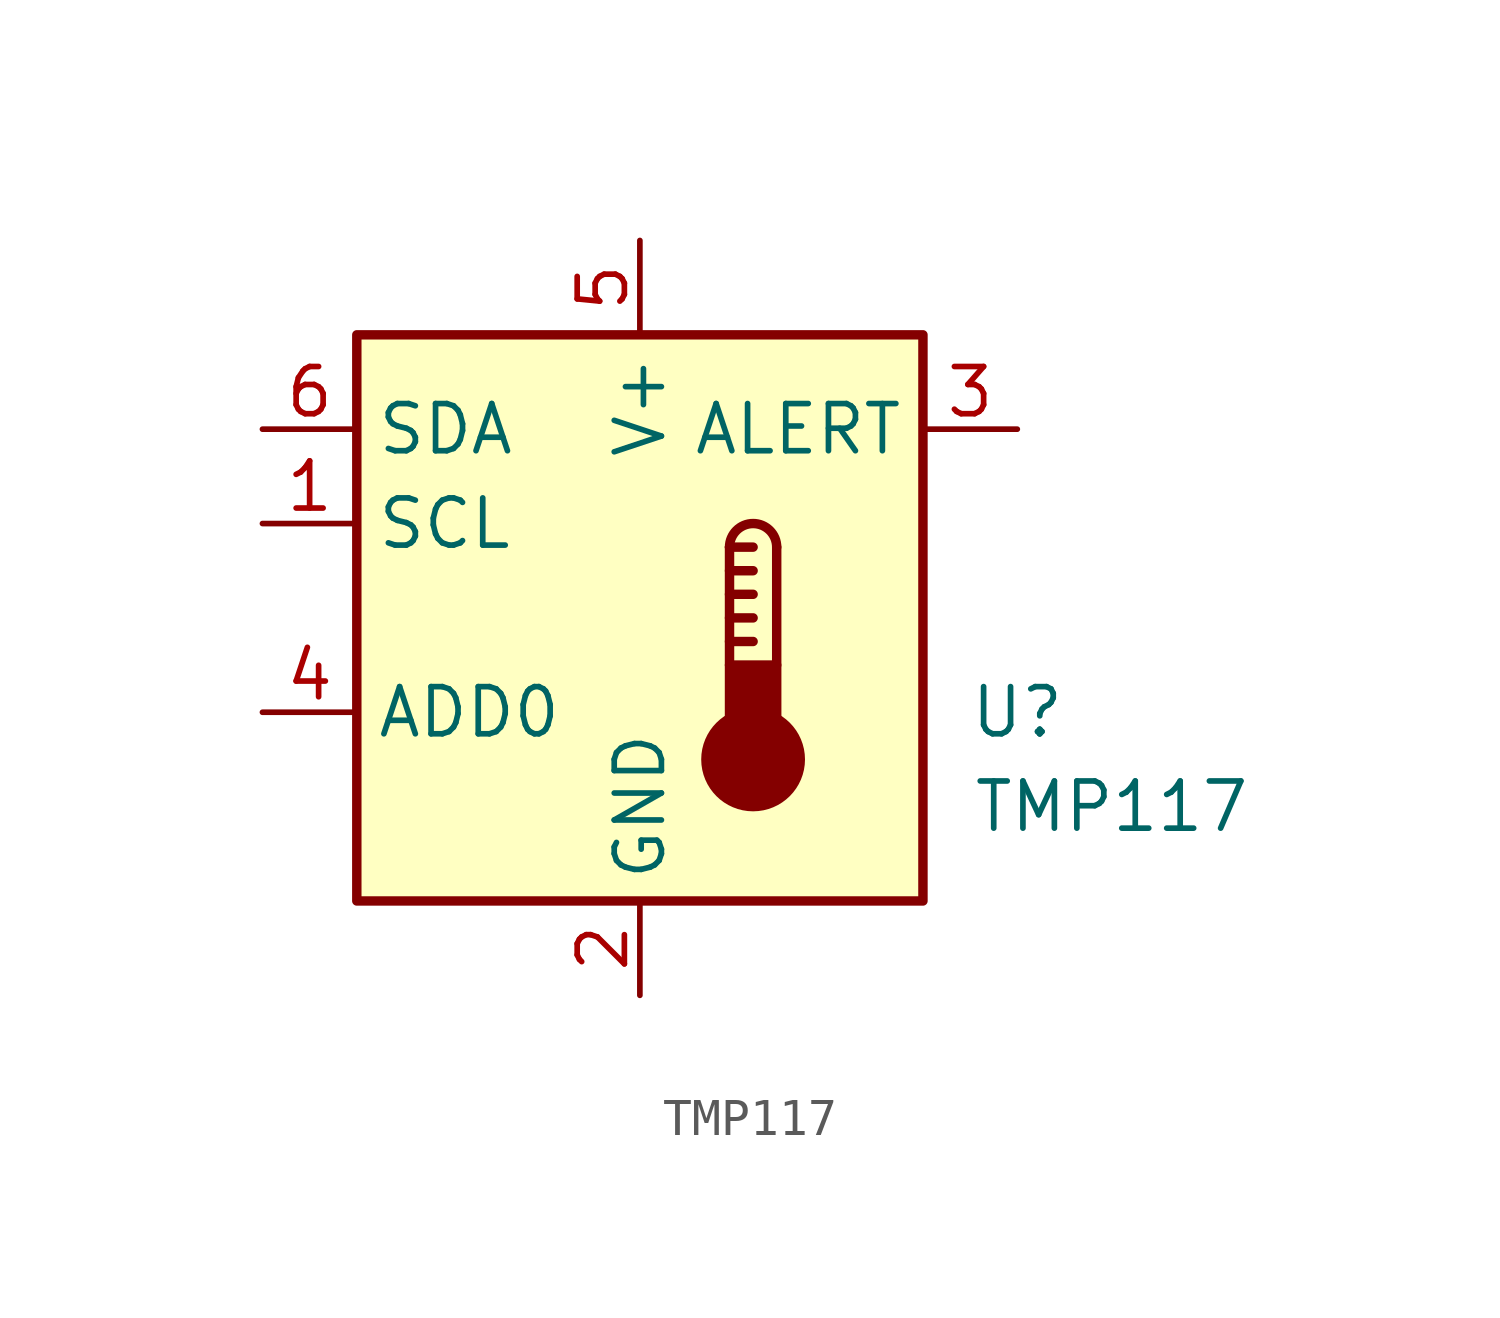
<source format=kicad_sym>
(kicad_symbol_lib
  (version 20211014)
  (generator kicad_symbol_editor)
  (symbol "TMP117"
    (property "Reference" "U"
      (at 10.16 -2.54 0)
      (effects (font (size 1.27 1.27))))
    (property "Value" "TMP117"
      (at 12.7 -5.08 0)
      (effects (font (size 1.27 1.27))))
    (symbol "TMP117_0_1"
      (rectangle (start -7.62 7.62) (end 7.62 -7.62) (stroke (width 0.254) (type default) (color 0 0 0 0)) (fill (type background))))
    (symbol "TMP117_1_1"
      (polyline (pts (xy 2.413 -0.635) (xy 3.048 -0.635)) (stroke (width 0.254) (type default) (color 0 0 0 0)) (fill (type none)))
      (polyline (pts (xy 2.413 0) (xy 3.048 0)) (stroke (width 0.254) (type default) (color 0 0 0 0)) (fill (type none)))
      (polyline (pts (xy 2.413 0.635) (xy 3.048 0.635)) (stroke (width 0.254) (type default) (color 0 0 0 0)) (fill (type none)))
      (polyline (pts (xy 2.413 1.27) (xy 3.048 1.27)) (stroke (width 0.254) (type default) (color 0 0 0 0)) (fill (type none)))
      (polyline (pts (xy 2.413 1.905) (xy 2.413 -1.27)) (stroke (width 0.254) (type default) (color 0 0 0 0)) (fill (type none)))
      (polyline (pts (xy 2.413 1.905) (xy 3.048 1.905)) (stroke (width 0.254) (type default) (color 0 0 0 0)) (fill (type none)))
      (polyline (pts (xy 3.683 1.905) (xy 3.683 -1.27)) (stroke (width 0.254) (type default) (color 0 0 0 0)) (fill (type none)))
      (circle (center 3.048 -3.81) (radius 1.27) (stroke (width 0.254) (type default) (color 0 0 0 0)) (fill (type outline)))
      (rectangle (start 3.683 -3.175) (end 2.413 -1.27) (stroke (width 0.254) (type default) (color 0 0 0 0)) (fill (type outline)))
      (arc (start 3.683 1.905) (mid 3.048 2.54) (end 2.413 1.905) (stroke (width 0.254) (type default) (color 0 0 0 0)) (fill (type none)))
      (pin input line (at -10.16 2.54 0) (length 2.54) (name "SCL" (effects (font (size 1.27 1.27)))) (number "1" (effects (font (size 1.27 1.27)))))
      (pin power_in line (at 0 -10.16 90) (length 2.54) (name "GND" (effects (font (size 1.27 1.27)))) (number "2" (effects (font (size 1.27 1.27)))))
      (pin open_collector line (at 10.16 5.08 180) (length 2.54) (name "ALERT" (effects (font (size 1.27 1.27)))) (number "3" (effects (font (size 1.27 1.27)))))
      (pin input line (at -10.16 -2.54 0) (length 2.54) (name "ADD0" (effects (font (size 1.27 1.27)))) (number "4" (effects (font (size 1.27 1.27)))))
      (pin power_in line (at 0 10.16 270) (length 2.54) (name "V+" (effects (font (size 1.27 1.27)))) (number "5" (effects (font (size 1.27 1.27)))))
      (pin bidirectional line (at -10.16 5.08 0) (length 2.54) (name "SDA" (effects (font (size 1.27 1.27)))) (number "6" (effects (font (size 1.27 1.27))))))))
</source>
